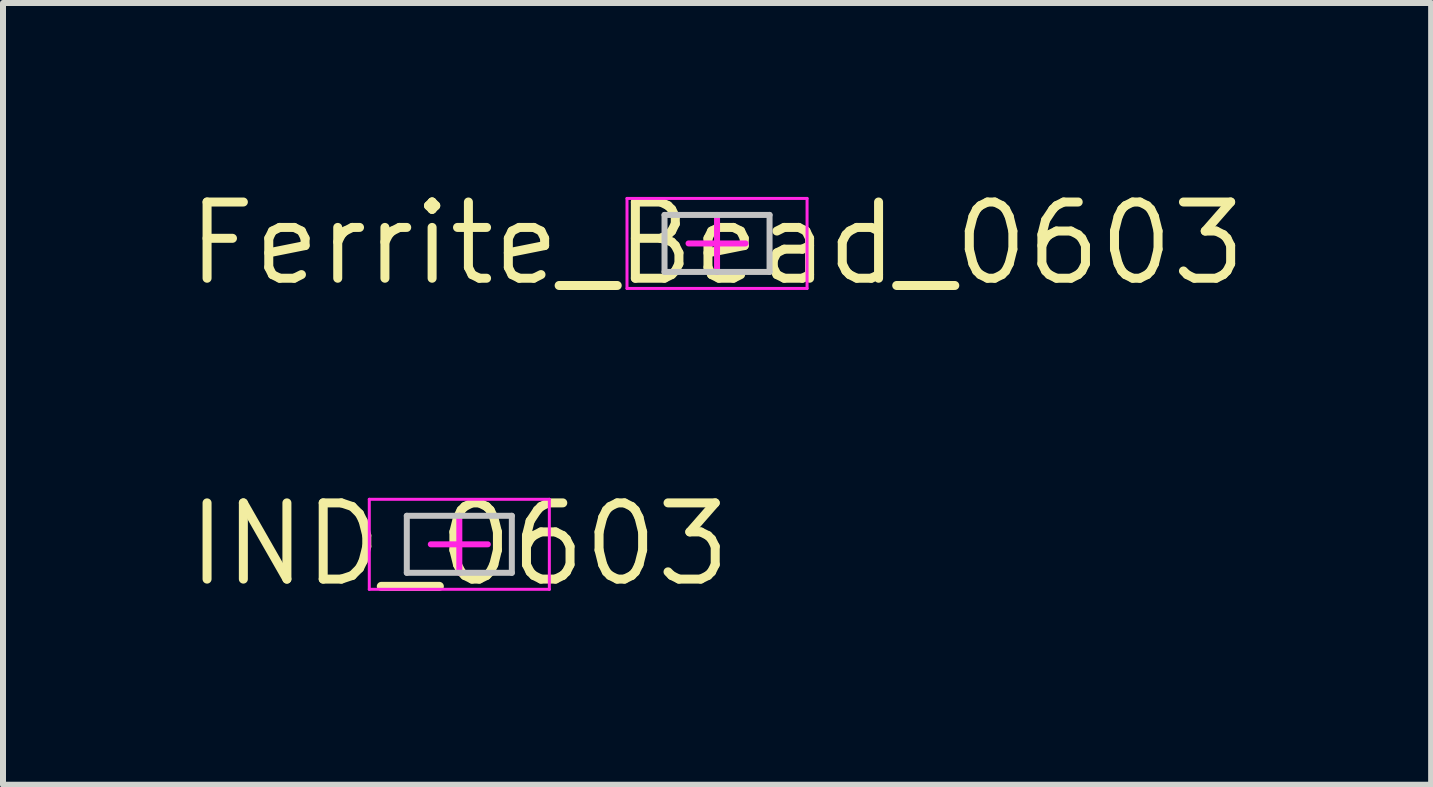
<source format=kicad_pcb>
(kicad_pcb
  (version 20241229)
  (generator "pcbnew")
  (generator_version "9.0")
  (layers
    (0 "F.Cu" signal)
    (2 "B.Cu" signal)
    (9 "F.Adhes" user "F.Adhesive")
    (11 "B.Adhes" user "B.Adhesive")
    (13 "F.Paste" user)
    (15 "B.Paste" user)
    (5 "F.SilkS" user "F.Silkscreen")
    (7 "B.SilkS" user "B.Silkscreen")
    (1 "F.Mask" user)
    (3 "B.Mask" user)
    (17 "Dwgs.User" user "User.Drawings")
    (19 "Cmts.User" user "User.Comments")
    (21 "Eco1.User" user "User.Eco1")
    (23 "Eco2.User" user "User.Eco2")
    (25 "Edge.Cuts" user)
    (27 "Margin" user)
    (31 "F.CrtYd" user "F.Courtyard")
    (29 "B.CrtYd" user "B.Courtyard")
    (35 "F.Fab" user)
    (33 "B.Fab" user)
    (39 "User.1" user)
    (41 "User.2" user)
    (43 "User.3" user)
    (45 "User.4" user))
  (footprint "Ferrite_Bead_0603"
    (layer "F.Cu")
    (at 8.897 1.006)
    (property "Reference" "Ferrite_Bead_0603" (at 0 0 0) (layer "F.SilkS") (effects (font (size 1.27 1.27) (thickness 0.15))))
    (attr through_hole)
    (fp_line (start -0.875 -0.475) (end 0.875 -0.475) (stroke (width 0.1) (type solid)) (layer "Dwgs.User"))
    (fp_line (start -0.875 0.475) (end -0.875 -0.475) (stroke (width 0.1) (type solid)) (layer "Dwgs.User"))
    (fp_line (start -0.875 0.475) (end 0.875 0.475) (stroke (width 0.1) (type solid)) (layer "Dwgs.User"))
    (fp_line (start 0.875 0.475) (end 0.875 -0.475) (stroke (width 0.1) (type solid)) (layer "Dwgs.User"))
    (fp_line (start -1.5 -0.75) (end 1.5 -0.75) (stroke (width 0.05) (type solid)) (layer "F.CrtYd"))
    (fp_line (start -1.5 0.75) (end -1.5 -0.75) (stroke (width 0.05) (type solid)) (layer "F.CrtYd"))
    (fp_line (start -1.5 0.75) (end 1.5 0.75) (stroke (width 0.05) (type solid)) (layer "F.CrtYd"))
    (fp_line (start -0.475 0) (end 0.475 0) (stroke (width 0.1) (type solid)) (layer "F.CrtYd"))
    (fp_line (start 0 0.475) (end 0 -0.475) (stroke (width 0.1) (type solid)) (layer "F.CrtYd"))
    (fp_line (start 1.5 0.75) (end 1.5 -0.75) (stroke (width 0.05) (type solid)) (layer "F.CrtYd")))
  (footprint "IND_0603"
    (layer "F.Cu")
    (at 4.603 6.019)
    (property "Reference" "IND_0603" (at 0 0 0) (layer "F.SilkS") (effects (font (size 1.27 1.27) (thickness 0.15))))
    (attr through_hole)
    (fp_line (start -0.875 -0.475) (end 0.875 -0.475) (stroke (width 0.1) (type solid)) (layer "Dwgs.User"))
    (fp_line (start -0.875 0.475) (end -0.875 -0.475) (stroke (width 0.1) (type solid)) (layer "Dwgs.User"))
    (fp_line (start -0.875 0.475) (end 0.875 0.475) (stroke (width 0.1) (type solid)) (layer "Dwgs.User"))
    (fp_line (start 0.875 0.475) (end 0.875 -0.475) (stroke (width 0.1) (type solid)) (layer "Dwgs.User"))
    (fp_line (start -1.5 -0.75) (end 1.5 -0.75) (stroke (width 0.05) (type solid)) (layer "F.CrtYd"))
    (fp_line (start -1.5 0.75) (end -1.5 -0.75) (stroke (width 0.05) (type solid)) (layer "F.CrtYd"))
    (fp_line (start -1.5 0.75) (end 1.5 0.75) (stroke (width 0.05) (type solid)) (layer "F.CrtYd"))
    (fp_line (start -0.475 0) (end 0.475 0) (stroke (width 0.1) (type solid)) (layer "F.CrtYd"))
    (fp_line (start 0 0.475) (end 0 -0.475) (stroke (width 0.1) (type solid)) (layer "F.CrtYd"))
    (fp_line (start 1.5 0.75) (end 1.5 -0.75) (stroke (width 0.05) (type solid)) (layer "F.CrtYd")))
  (gr_rect
    (start -3 -3)
    (end 20.795 10.025)
    (stroke (width 0.1) (type default))
    (fill no)
    (layer "Edge.Cuts")))
</source>
